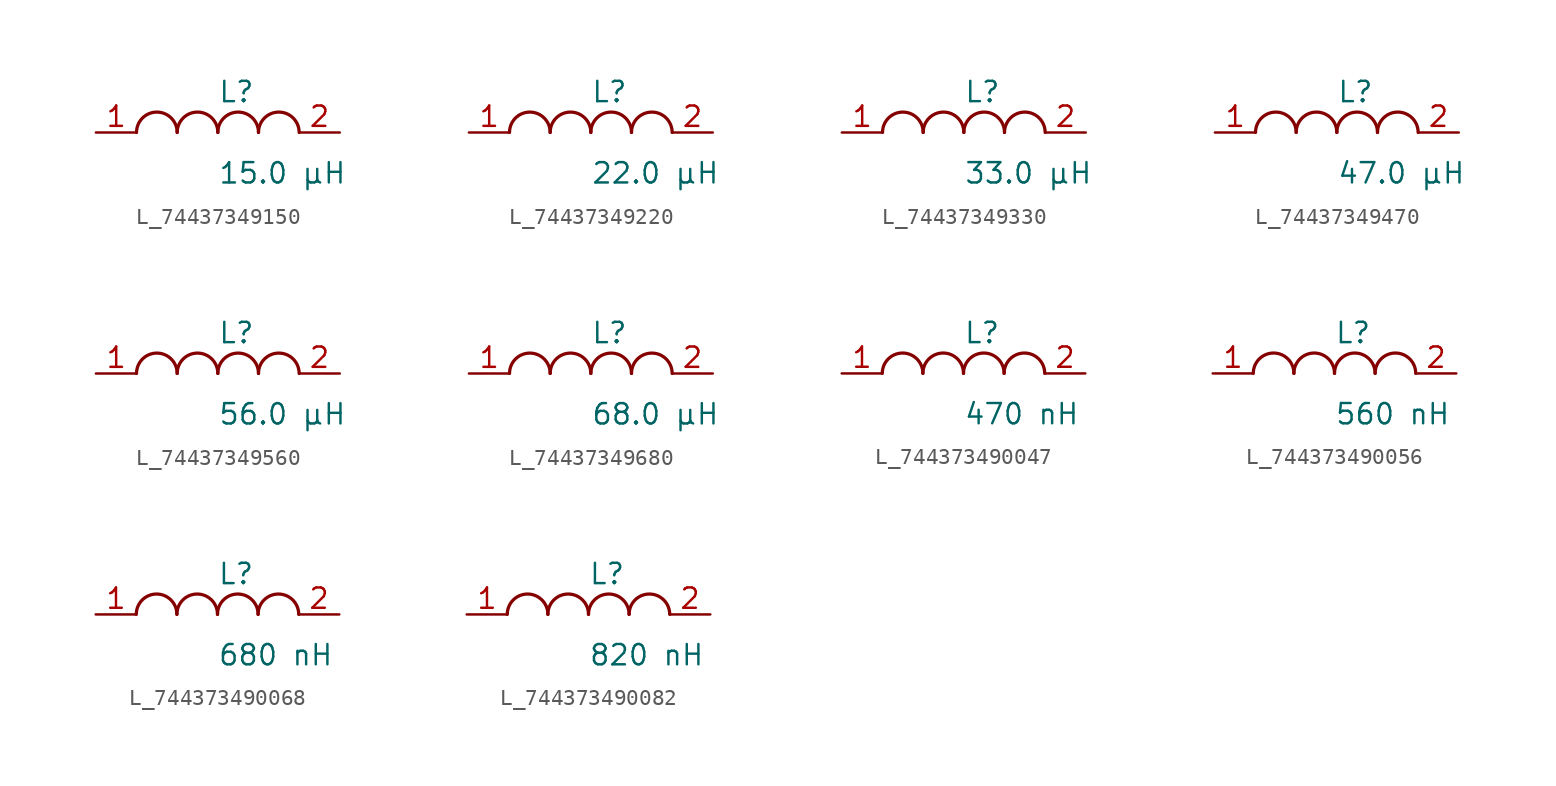
<source format=kicad_sym>
(kicad_symbol_lib
  (version 20231120)
  (generator kicad_symbol_editor)
  (generator_version 8.0)
  (symbol "L_74437349150"
    (pin_names
      (offset 0.254))
    (property "Reference" "L"
      (at 0 2.54 0)
      (effects (font (size 1.27 1.27)) (justify left)))
    (property "Value" "15.0 µH"
      (at 0 -2.54 0)
      (effects (font (size 1.27 1.27)) (justify left)))
    (symbol "L_74437349150_1_1"
      (arc (start -2.54 0.0056) (mid -3.81 1.27) (end -5.08 0.0056) (stroke (width 0.2032) (type default)) (fill (type none)))
      (arc (start 0 0.0056) (mid -1.27 1.27) (end -2.54 0.0056) (stroke (width 0.2032) (type default)) (fill (type none)))
      (arc (start 2.54 0.0056) (mid 1.27 1.27) (end 0 0.0056) (stroke (width 0.2032) (type default)) (fill (type none)))
      (arc (start 5.08 0.0056) (mid 3.81 1.27) (end 2.54 0.0056) (stroke (width 0.2032) (type default)) (fill (type none)))
      (pin passive line (at -7.62 0 0) (length 2.54) (name "" (effects (font (size 1.27 1.27)))) (number "1" (effects (font (size 1.27 1.27)))))
      (pin passive line (at 7.62 0 180) (length 2.54) (name "" (effects (font (size 1.27 1.27)))) (number "2" (effects (font (size 1.27 1.27)))))))
  (symbol "L_74437349220"
    (pin_names
      (offset 0.254))
    (property "Reference" "L"
      (at 0 2.54 0)
      (effects (font (size 1.27 1.27)) (justify left)))
    (property "Value" "22.0 µH"
      (at 0 -2.54 0)
      (effects (font (size 1.27 1.27)) (justify left)))
    (symbol "L_74437349220_1_1"
      (arc (start -2.54 0.0056) (mid -3.81 1.27) (end -5.08 0.0056) (stroke (width 0.2032) (type default)) (fill (type none)))
      (arc (start 0 0.0056) (mid -1.27 1.27) (end -2.54 0.0056) (stroke (width 0.2032) (type default)) (fill (type none)))
      (arc (start 2.54 0.0056) (mid 1.27 1.27) (end 0 0.0056) (stroke (width 0.2032) (type default)) (fill (type none)))
      (arc (start 5.08 0.0056) (mid 3.81 1.27) (end 2.54 0.0056) (stroke (width 0.2032) (type default)) (fill (type none)))
      (pin passive line (at -7.62 0 0) (length 2.54) (name "" (effects (font (size 1.27 1.27)))) (number "1" (effects (font (size 1.27 1.27)))))
      (pin passive line (at 7.62 0 180) (length 2.54) (name "" (effects (font (size 1.27 1.27)))) (number "2" (effects (font (size 1.27 1.27)))))))
  (symbol "L_74437349330"
    (pin_names
      (offset 0.254))
    (property "Reference" "L"
      (at 0 2.54 0)
      (effects (font (size 1.27 1.27)) (justify left)))
    (property "Value" "33.0 µH"
      (at 0 -2.54 0)
      (effects (font (size 1.27 1.27)) (justify left)))
    (symbol "L_74437349330_1_1"
      (arc (start -2.54 0.0056) (mid -3.81 1.27) (end -5.08 0.0056) (stroke (width 0.2032) (type default)) (fill (type none)))
      (arc (start 0 0.0056) (mid -1.27 1.27) (end -2.54 0.0056) (stroke (width 0.2032) (type default)) (fill (type none)))
      (arc (start 2.54 0.0056) (mid 1.27 1.27) (end 0 0.0056) (stroke (width 0.2032) (type default)) (fill (type none)))
      (arc (start 5.08 0.0056) (mid 3.81 1.27) (end 2.54 0.0056) (stroke (width 0.2032) (type default)) (fill (type none)))
      (pin passive line (at -7.62 0 0) (length 2.54) (name "" (effects (font (size 1.27 1.27)))) (number "1" (effects (font (size 1.27 1.27)))))
      (pin passive line (at 7.62 0 180) (length 2.54) (name "" (effects (font (size 1.27 1.27)))) (number "2" (effects (font (size 1.27 1.27)))))))
  (symbol "L_74437349470"
    (pin_names
      (offset 0.254))
    (property "Reference" "L"
      (at 0 2.54 0)
      (effects (font (size 1.27 1.27)) (justify left)))
    (property "Value" "47.0 µH"
      (at 0 -2.54 0)
      (effects (font (size 1.27 1.27)) (justify left)))
    (symbol "L_74437349470_1_1"
      (arc (start -2.54 0.0056) (mid -3.81 1.27) (end -5.08 0.0056) (stroke (width 0.2032) (type default)) (fill (type none)))
      (arc (start 0 0.0056) (mid -1.27 1.27) (end -2.54 0.0056) (stroke (width 0.2032) (type default)) (fill (type none)))
      (arc (start 2.54 0.0056) (mid 1.27 1.27) (end 0 0.0056) (stroke (width 0.2032) (type default)) (fill (type none)))
      (arc (start 5.08 0.0056) (mid 3.81 1.27) (end 2.54 0.0056) (stroke (width 0.2032) (type default)) (fill (type none)))
      (pin passive line (at -7.62 0 0) (length 2.54) (name "" (effects (font (size 1.27 1.27)))) (number "1" (effects (font (size 1.27 1.27)))))
      (pin passive line (at 7.62 0 180) (length 2.54) (name "" (effects (font (size 1.27 1.27)))) (number "2" (effects (font (size 1.27 1.27)))))))
  (symbol "L_74437349560"
    (pin_names
      (offset 0.254))
    (property "Reference" "L"
      (at 0 2.54 0)
      (effects (font (size 1.27 1.27)) (justify left)))
    (property "Value" "56.0 µH"
      (at 0 -2.54 0)
      (effects (font (size 1.27 1.27)) (justify left)))
    (symbol "L_74437349560_1_1"
      (arc (start -2.54 0.0056) (mid -3.81 1.27) (end -5.08 0.0056) (stroke (width 0.2032) (type default)) (fill (type none)))
      (arc (start 0 0.0056) (mid -1.27 1.27) (end -2.54 0.0056) (stroke (width 0.2032) (type default)) (fill (type none)))
      (arc (start 2.54 0.0056) (mid 1.27 1.27) (end 0 0.0056) (stroke (width 0.2032) (type default)) (fill (type none)))
      (arc (start 5.08 0.0056) (mid 3.81 1.27) (end 2.54 0.0056) (stroke (width 0.2032) (type default)) (fill (type none)))
      (pin passive line (at -7.62 0 0) (length 2.54) (name "" (effects (font (size 1.27 1.27)))) (number "1" (effects (font (size 1.27 1.27)))))
      (pin passive line (at 7.62 0 180) (length 2.54) (name "" (effects (font (size 1.27 1.27)))) (number "2" (effects (font (size 1.27 1.27)))))))
  (symbol "L_74437349680"
    (pin_names
      (offset 0.254))
    (property "Reference" "L"
      (at 0 2.54 0)
      (effects (font (size 1.27 1.27)) (justify left)))
    (property "Value" "68.0 µH"
      (at 0 -2.54 0)
      (effects (font (size 1.27 1.27)) (justify left)))
    (symbol "L_74437349680_1_1"
      (arc (start -2.54 0.0056) (mid -3.81 1.27) (end -5.08 0.0056) (stroke (width 0.2032) (type default)) (fill (type none)))
      (arc (start 0 0.0056) (mid -1.27 1.27) (end -2.54 0.0056) (stroke (width 0.2032) (type default)) (fill (type none)))
      (arc (start 2.54 0.0056) (mid 1.27 1.27) (end 0 0.0056) (stroke (width 0.2032) (type default)) (fill (type none)))
      (arc (start 5.08 0.0056) (mid 3.81 1.27) (end 2.54 0.0056) (stroke (width 0.2032) (type default)) (fill (type none)))
      (pin passive line (at -7.62 0 0) (length 2.54) (name "" (effects (font (size 1.27 1.27)))) (number "1" (effects (font (size 1.27 1.27)))))
      (pin passive line (at 7.62 0 180) (length 2.54) (name "" (effects (font (size 1.27 1.27)))) (number "2" (effects (font (size 1.27 1.27)))))))
  (symbol "L_744373490047"
    (pin_names
      (offset 0.254))
    (property "Reference" "L"
      (at 0 2.54 0)
      (effects (font (size 1.27 1.27)) (justify left)))
    (property "Value" "470 nH"
      (at 0 -2.54 0)
      (effects (font (size 1.27 1.27)) (justify left)))
    (symbol "L_744373490047_1_1"
      (arc (start -2.54 0.0056) (mid -3.81 1.27) (end -5.08 0.0056) (stroke (width 0.2032) (type default)) (fill (type none)))
      (arc (start 0 0.0056) (mid -1.27 1.27) (end -2.54 0.0056) (stroke (width 0.2032) (type default)) (fill (type none)))
      (arc (start 2.54 0.0056) (mid 1.27 1.27) (end 0 0.0056) (stroke (width 0.2032) (type default)) (fill (type none)))
      (arc (start 5.08 0.0056) (mid 3.81 1.27) (end 2.54 0.0056) (stroke (width 0.2032) (type default)) (fill (type none)))
      (pin passive line (at -7.62 0 0) (length 2.54) (name "" (effects (font (size 1.27 1.27)))) (number "1" (effects (font (size 1.27 1.27)))))
      (pin passive line (at 7.62 0 180) (length 2.54) (name "" (effects (font (size 1.27 1.27)))) (number "2" (effects (font (size 1.27 1.27)))))))
  (symbol "L_744373490056"
    (pin_names
      (offset 0.254))
    (property "Reference" "L"
      (at 0 2.54 0)
      (effects (font (size 1.27 1.27)) (justify left)))
    (property "Value" "560 nH"
      (at 0 -2.54 0)
      (effects (font (size 1.27 1.27)) (justify left)))
    (symbol "L_744373490056_1_1"
      (arc (start -2.54 0.0056) (mid -3.81 1.27) (end -5.08 0.0056) (stroke (width 0.2032) (type default)) (fill (type none)))
      (arc (start 0 0.0056) (mid -1.27 1.27) (end -2.54 0.0056) (stroke (width 0.2032) (type default)) (fill (type none)))
      (arc (start 2.54 0.0056) (mid 1.27 1.27) (end 0 0.0056) (stroke (width 0.2032) (type default)) (fill (type none)))
      (arc (start 5.08 0.0056) (mid 3.81 1.27) (end 2.54 0.0056) (stroke (width 0.2032) (type default)) (fill (type none)))
      (pin passive line (at -7.62 0 0) (length 2.54) (name "" (effects (font (size 1.27 1.27)))) (number "1" (effects (font (size 1.27 1.27)))))
      (pin passive line (at 7.62 0 180) (length 2.54) (name "" (effects (font (size 1.27 1.27)))) (number "2" (effects (font (size 1.27 1.27)))))))
  (symbol "L_744373490068"
    (pin_names
      (offset 0.254))
    (property "Reference" "L"
      (at 0 2.54 0)
      (effects (font (size 1.27 1.27)) (justify left)))
    (property "Value" "680 nH"
      (at 0 -2.54 0)
      (effects (font (size 1.27 1.27)) (justify left)))
    (symbol "L_744373490068_1_1"
      (arc (start -2.54 0.0056) (mid -3.81 1.27) (end -5.08 0.0056) (stroke (width 0.2032) (type default)) (fill (type none)))
      (arc (start 0 0.0056) (mid -1.27 1.27) (end -2.54 0.0056) (stroke (width 0.2032) (type default)) (fill (type none)))
      (arc (start 2.54 0.0056) (mid 1.27 1.27) (end 0 0.0056) (stroke (width 0.2032) (type default)) (fill (type none)))
      (arc (start 5.08 0.0056) (mid 3.81 1.27) (end 2.54 0.0056) (stroke (width 0.2032) (type default)) (fill (type none)))
      (pin passive line (at -7.62 0 0) (length 2.54) (name "" (effects (font (size 1.27 1.27)))) (number "1" (effects (font (size 1.27 1.27)))))
      (pin passive line (at 7.62 0 180) (length 2.54) (name "" (effects (font (size 1.27 1.27)))) (number "2" (effects (font (size 1.27 1.27)))))))
  (symbol "L_744373490082"
    (pin_names
      (offset 0.254))
    (property "Reference" "L"
      (at 0 2.54 0)
      (effects (font (size 1.27 1.27)) (justify left)))
    (property "Value" "820 nH"
      (at 0 -2.54 0)
      (effects (font (size 1.27 1.27)) (justify left)))
    (symbol "L_744373490082_1_1"
      (arc (start -2.54 0.0056) (mid -3.81 1.27) (end -5.08 0.0056) (stroke (width 0.2032) (type default)) (fill (type none)))
      (arc (start 0 0.0056) (mid -1.27 1.27) (end -2.54 0.0056) (stroke (width 0.2032) (type default)) (fill (type none)))
      (arc (start 2.54 0.0056) (mid 1.27 1.27) (end 0 0.0056) (stroke (width 0.2032) (type default)) (fill (type none)))
      (arc (start 5.08 0.0056) (mid 3.81 1.27) (end 2.54 0.0056) (stroke (width 0.2032) (type default)) (fill (type none)))
      (pin passive line (at -7.62 0 0) (length 2.54) (name "" (effects (font (size 1.27 1.27)))) (number "1" (effects (font (size 1.27 1.27)))))
      (pin passive line (at 7.62 0 180) (length 2.54) (name "" (effects (font (size 1.27 1.27)))) (number "2" (effects (font (size 1.27 1.27))))))))
</source>
